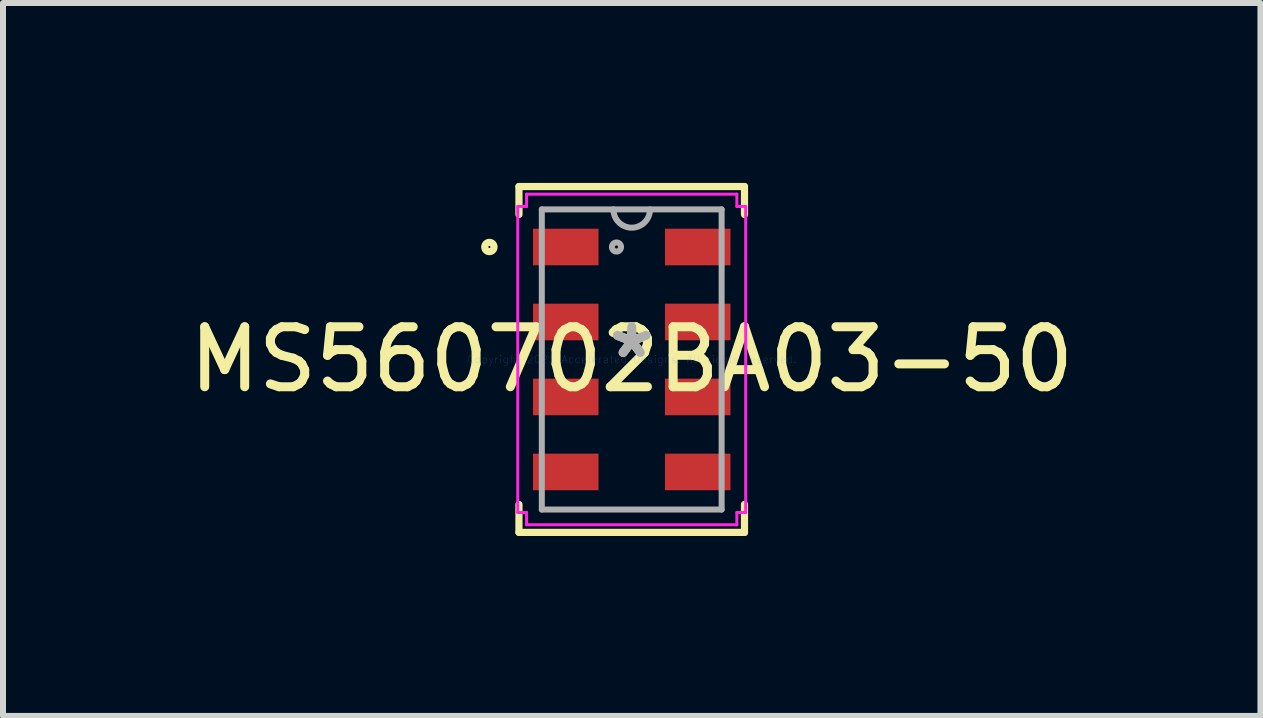
<source format=kicad_pcb>
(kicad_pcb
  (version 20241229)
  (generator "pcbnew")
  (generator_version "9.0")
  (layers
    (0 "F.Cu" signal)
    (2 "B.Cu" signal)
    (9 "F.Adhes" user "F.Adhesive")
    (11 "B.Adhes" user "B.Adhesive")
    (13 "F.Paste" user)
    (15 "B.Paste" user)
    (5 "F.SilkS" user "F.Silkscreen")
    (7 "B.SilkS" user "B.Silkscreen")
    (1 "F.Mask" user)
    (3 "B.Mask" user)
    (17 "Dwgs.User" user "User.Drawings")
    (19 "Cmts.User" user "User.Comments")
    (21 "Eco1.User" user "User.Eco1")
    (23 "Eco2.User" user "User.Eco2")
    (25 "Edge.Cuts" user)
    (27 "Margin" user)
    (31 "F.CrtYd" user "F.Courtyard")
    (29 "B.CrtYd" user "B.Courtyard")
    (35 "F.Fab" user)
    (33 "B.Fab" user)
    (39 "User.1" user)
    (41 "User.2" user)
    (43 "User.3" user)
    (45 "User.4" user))
  (footprint "MS560702BA03-50"
    (layer "F.Cu")
    (at 7.482 2.943)
    (property "Reference" "MS560702BA03-50" (at 0 0 0) (layer "F.SilkS") (effects (font (size 1 1) (thickness 0.15))))
    (attr through_hole)
    (fp_poly (pts (xy -1.646 -2.18) (xy -1.646 -1.57) (xy -0.554 -1.57) (xy -0.554 -2.18)) (stroke (width 0.1) (type solid)) (fill yes) (layer "F.Mask"))
    (fp_poly (pts (xy -1.646 -0.93) (xy -1.646 -0.32) (xy -0.554 -0.32) (xy -0.554 -0.93)) (stroke (width 0.1) (type solid)) (fill yes) (layer "F.Mask"))
    (fp_poly (pts (xy -1.646 0.32) (xy -1.646 0.93) (xy -0.554 0.93) (xy -0.554 0.32)) (stroke (width 0.1) (type solid)) (fill yes) (layer "F.Mask"))
    (fp_poly (pts (xy -1.646 1.57) (xy -1.646 2.18) (xy -0.554 2.18) (xy -0.554 1.57)) (stroke (width 0.1) (type solid)) (fill yes) (layer "F.Mask"))
    (fp_poly (pts (xy 0.554 -2.18) (xy 0.554 -1.57) (xy 1.646 -1.57) (xy 1.646 -2.18)) (stroke (width 0.1) (type solid)) (fill yes) (layer "F.Mask"))
    (fp_poly (pts (xy 0.554 -0.93) (xy 0.554 -0.32) (xy 1.646 -0.32) (xy 1.646 -0.93)) (stroke (width 0.1) (type solid)) (fill yes) (layer "F.Mask"))
    (fp_poly (pts (xy 0.554 0.32) (xy 0.554 0.93) (xy 1.646 0.93) (xy 1.646 0.32)) (stroke (width 0.1) (type solid)) (fill yes) (layer "F.Mask"))
    (fp_poly (pts (xy 0.554 1.57) (xy 0.554 2.18) (xy 1.646 2.18) (xy 1.646 1.57)) (stroke (width 0.1) (type solid)) (fill yes) (layer "F.Mask"))
    (fp_line (start -1.88 -2.883) (end -1.88 -2.417) (stroke (width 0.12) (type solid)) (layer "F.SilkS"))
    (fp_line (start -1.88 2.417) (end -1.88 2.883) (stroke (width 0.12) (type solid)) (layer "F.SilkS"))
    (fp_line (start -1.88 2.883) (end 1.88 2.883) (stroke (width 0.12) (type solid)) (layer "F.SilkS"))
    (fp_line (start 1.88 -2.883) (end -1.88 -2.883) (stroke (width 0.12) (type solid)) (layer "F.SilkS"))
    (fp_line (start 1.88 -2.417) (end 1.88 -2.883) (stroke (width 0.12) (type solid)) (layer "F.SilkS"))
    (fp_line (start 1.88 2.883) (end 1.88 2.417) (stroke (width 0.12) (type solid)) (layer "F.SilkS"))
    (fp_circle (center -2.373 -1.875) (end -2.296 -1.875) (stroke (width 0.12) (type solid)) (fill no) (layer "F.SilkS"))
    (fp_poly (pts (xy -1.646 -2.18) (xy -1.646 -1.57) (xy -0.554 -1.57) (xy -0.554 -2.18)) (stroke (width 0.1) (type solid)) (fill yes) (layer "F.Paste"))
    (fp_poly (pts (xy -1.646 -0.93) (xy -1.646 -0.32) (xy -0.554 -0.32) (xy -0.554 -0.93)) (stroke (width 0.1) (type solid)) (fill yes) (layer "F.Paste"))
    (fp_poly (pts (xy -1.646 0.32) (xy -1.646 0.93) (xy -0.554 0.93) (xy -0.554 0.32)) (stroke (width 0.1) (type solid)) (fill yes) (layer "F.Paste"))
    (fp_poly (pts (xy -1.646 1.57) (xy -1.646 2.18) (xy -0.554 2.18) (xy -0.554 1.57)) (stroke (width 0.1) (type solid)) (fill yes) (layer "F.Paste"))
    (fp_poly (pts (xy 0.554 -2.18) (xy 0.554 -1.57) (xy 1.646 -1.57) (xy 1.646 -2.18)) (stroke (width 0.1) (type solid)) (fill yes) (layer "F.Paste"))
    (fp_poly (pts (xy 0.554 -0.93) (xy 0.554 -0.32) (xy 1.646 -0.32) (xy 1.646 -0.93)) (stroke (width 0.1) (type solid)) (fill yes) (layer "F.Paste"))
    (fp_poly (pts (xy 0.554 0.32) (xy 0.554 0.93) (xy 1.646 0.93) (xy 1.646 0.32)) (stroke (width 0.1) (type solid)) (fill yes) (layer "F.Paste"))
    (fp_poly (pts (xy 0.554 1.57) (xy 0.554 2.18) (xy 1.646 2.18) (xy 1.646 1.57)) (stroke (width 0.1) (type solid)) (fill yes) (layer "F.Paste"))
    (fp_line (start -1.9 -2.551) (end -1.753 -2.551) (stroke (width 0.05) (type solid)) (layer "F.CrtYd"))
    (fp_line (start -1.9 2.551) (end -1.9 -2.551) (stroke (width 0.05) (type solid)) (layer "F.CrtYd"))
    (fp_line (start -1.753 -2.756) (end 1.753 -2.756) (stroke (width 0.05) (type solid)) (layer "F.CrtYd"))
    (fp_line (start -1.753 -2.551) (end -1.753 -2.756) (stroke (width 0.05) (type solid)) (layer "F.CrtYd"))
    (fp_line (start -1.753 2.551) (end -1.9 2.551) (stroke (width 0.05) (type solid)) (layer "F.CrtYd"))
    (fp_line (start -1.753 2.756) (end -1.753 2.551) (stroke (width 0.05) (type solid)) (layer "F.CrtYd"))
    (fp_line (start 1.753 -2.756) (end 1.753 -2.551) (stroke (width 0.05) (type solid)) (layer "F.CrtYd"))
    (fp_line (start 1.753 -2.551) (end 1.9 -2.551) (stroke (width 0.05) (type solid)) (layer "F.CrtYd"))
    (fp_line (start 1.753 2.551) (end 1.753 2.756) (stroke (width 0.05) (type solid)) (layer "F.CrtYd"))
    (fp_line (start 1.753 2.756) (end -1.753 2.756) (stroke (width 0.05) (type solid)) (layer "F.CrtYd"))
    (fp_line (start 1.9 -2.551) (end 1.9 2.551) (stroke (width 0.05) (type solid)) (layer "F.CrtYd"))
    (fp_line (start 1.9 2.551) (end 1.753 2.551) (stroke (width 0.05) (type solid)) (layer "F.CrtYd"))
    (fp_line (start -1.499 -2.502) (end -1.499 2.502) (stroke (width 0.1) (type solid)) (layer "F.Fab"))
    (fp_line (start -1.499 2.502) (end 1.499 2.502) (stroke (width 0.1) (type solid)) (layer "F.Fab"))
    (fp_line (start 1.499 -2.502) (end -1.499 -2.502) (stroke (width 0.1) (type solid)) (layer "F.Fab"))
    (fp_line (start 1.499 2.502) (end 1.499 -2.502) (stroke (width 0.1) (type solid)) (layer "F.Fab"))
    (fp_arc (start 0.3048 -2.5019) (mid 0 -2.1971) (end -0.3048 -2.5019) (stroke (width 0.1) (type solid)) (layer "F.Fab"))
    (fp_circle (center -0.254 -1.875) (end -0.178 -1.875) (stroke (width 0.1) (type solid)) (fill no) (layer "F.Fab"))
    (fp_text user "*" (at 0 0 0) (layer "F.SilkS") (effects (font (size 1 1) (thickness 0.15))))
    (fp_text user "Copyright 2021 Accelerated Designs. All rights reserved." (at 0 0 0) (layer "Cmts.User") (effects (font (size 0.127 0.127) (thickness 0.002))))
    (fp_text user "*" (at 0 0 0) (layer "F.Fab") (effects (font (size 1 1) (thickness 0.15))))
    (pad "1" smd rect (at -1.1 -1.875) (size 1.092 0.61) (layers "F.Cu" "F.Mask" "F.Paste"))
    (pad "2" smd rect (at -1.1 -0.625) (size 1.092 0.61) (layers "F.Cu" "F.Mask" "F.Paste"))
    (pad "3" smd rect (at -1.1 0.625) (size 1.092 0.61) (layers "F.Cu" "F.Mask" "F.Paste"))
    (pad "4" smd rect (at -1.1 1.875) (size 1.092 0.61) (layers "F.Cu" "F.Mask" "F.Paste"))
    (pad "5" smd rect (at 1.1 1.875) (size 1.092 0.61) (layers "F.Cu" "F.Mask" "F.Paste"))
    (pad "6" smd rect (at 1.1 0.625) (size 1.092 0.61) (layers "F.Cu" "F.Mask" "F.Paste"))
    (pad "7" smd rect (at 1.1 -0.625) (size 1.092 0.61) (layers "F.Cu" "F.Mask" "F.Paste"))
    (pad "8" smd rect (at 1.1 -1.875) (size 1.092 0.61) (layers "F.Cu" "F.Mask" "F.Paste")))
  (gr_rect
    (start -3 -3)
    (end 17.964 8.886)
    (stroke (width 0.1) (type default))
    (fill no)
    (layer "Edge.Cuts")))
</source>
